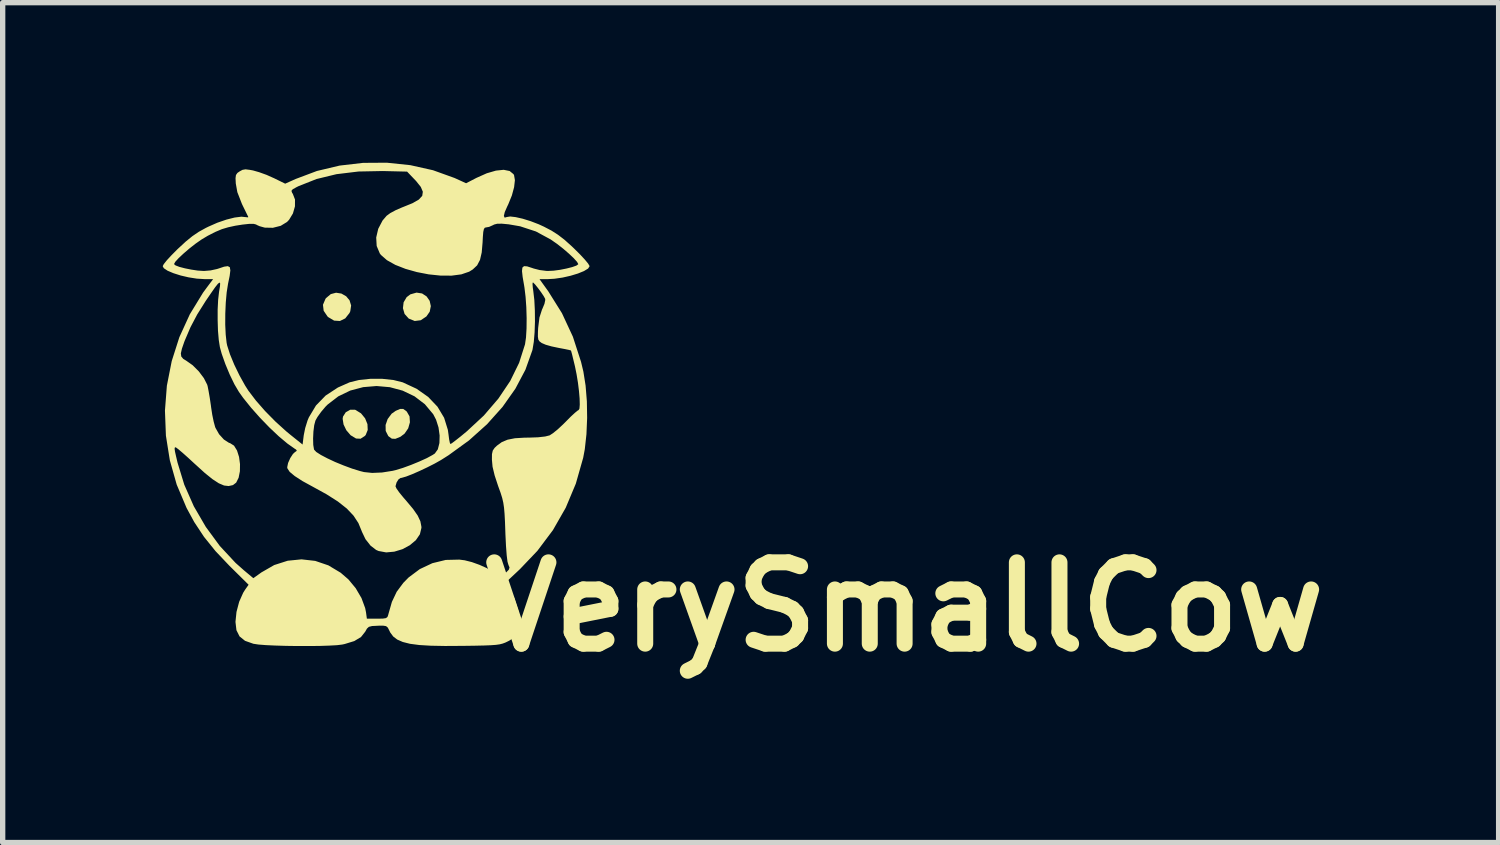
<source format=kicad_pcb>
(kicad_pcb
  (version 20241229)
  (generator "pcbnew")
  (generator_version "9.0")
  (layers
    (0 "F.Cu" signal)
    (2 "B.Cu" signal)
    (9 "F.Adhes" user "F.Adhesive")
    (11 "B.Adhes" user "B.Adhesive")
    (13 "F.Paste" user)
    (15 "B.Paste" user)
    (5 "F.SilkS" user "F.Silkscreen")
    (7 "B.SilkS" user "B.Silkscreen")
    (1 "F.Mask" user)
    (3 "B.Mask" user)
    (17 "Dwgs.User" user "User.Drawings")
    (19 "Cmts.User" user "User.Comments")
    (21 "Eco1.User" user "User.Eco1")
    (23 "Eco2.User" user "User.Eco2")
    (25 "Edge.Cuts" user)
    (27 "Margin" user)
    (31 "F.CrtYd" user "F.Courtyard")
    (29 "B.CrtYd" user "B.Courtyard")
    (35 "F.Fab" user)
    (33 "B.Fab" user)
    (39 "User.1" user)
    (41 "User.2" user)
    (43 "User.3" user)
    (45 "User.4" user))
  (footprint "VerySmallCow"
    (layer "F.Cu")
    (at 4.001 4.516)
    (property "Reference" "VerySmallCow" (at 9.906 3.81 0) (layer "F.SilkS") (effects (font (size 1.524 1.524) (thickness 0.3))))
    (attr through_hole)
    (fp_poly (pts (xy 0.861 -2.065) (xy 0.946 -2.009) (xy 1.003 -1.927) (xy 1.025 -1.828) (xy 1.004 -1.723) (xy 0.942 -1.634) (xy 0.836 -1.563) (xy 0.723 -1.549) (xy 0.612 -1.594) (xy 0.611 -1.594) (xy 0.533 -1.681) (xy 0.502 -1.789) (xy 0.515 -1.9) (xy 0.572 -1.996) (xy 0.641 -2.048) (xy 0.757 -2.081)) (stroke (width 0) (type solid)) (fill yes) (layer "F.SilkS"))
    (fp_poly (pts (xy -0.651 -2.063) (xy -0.563 -2.013) (xy -0.499 -1.937) (xy -0.469 -1.84) (xy -0.485 -1.731) (xy -0.499 -1.7) (xy -0.579 -1.598) (xy -0.679 -1.549) (xy -0.788 -1.556) (xy -0.896 -1.62) (xy -0.912 -1.634) (xy -0.984 -1.741) (xy -0.997 -1.853) (xy -0.95 -1.964) (xy -0.939 -1.979) (xy -0.85 -2.053) (xy -0.751 -2.079)) (stroke (width 0) (type solid)) (fill yes) (layer "F.SilkS"))
    (fp_poly (pts (xy -0.388 0.118) (xy -0.284 0.182) (xy -0.207 0.276) (xy -0.163 0.385) (xy -0.158 0.494) (xy -0.196 0.588) (xy -0.212 0.606) (xy -0.292 0.658) (xy -0.377 0.654) (xy -0.476 0.594) (xy -0.481 0.59) (xy -0.559 0.499) (xy -0.611 0.391) (xy -0.628 0.285) (xy -0.621 0.242) (xy -0.569 0.161) (xy -0.487 0.115) (xy -0.397 0.115)) (stroke (width 0) (type solid)) (fill yes) (layer "F.SilkS"))
    (fp_poly (pts (xy 0.507 0.099) (xy 0.562 0.138) (xy 0.576 0.152) (xy 0.626 0.24) (xy 0.633 0.35) (xy 0.601 0.463) (xy 0.534 0.561) (xy 0.456 0.621) (xy 0.361 0.66) (xy 0.294 0.657) (xy 0.233 0.613) (xy 0.226 0.605) (xy 0.179 0.512) (xy 0.177 0.4) (xy 0.216 0.288) (xy 0.29 0.189) (xy 0.367 0.135) (xy 0.45 0.099)) (stroke (width 0) (type solid)) (fill yes) (layer "F.SilkS"))
    (fp_poly (pts (xy 0.641 -4.47) (xy 1.066 -4.375) (xy 1.466 -4.231) (xy 1.5 -4.216) (xy 1.686 -4.131) (xy 1.881 -4.232) (xy 2.074 -4.318) (xy 2.246 -4.368) (xy 2.391 -4.383) (xy 2.503 -4.36) (xy 2.574 -4.302) (xy 2.585 -4.283) (xy 2.601 -4.189) (xy 2.586 -4.057) (xy 2.544 -3.902) (xy 2.477 -3.737) (xy 2.458 -3.698) (xy 2.411 -3.591) (xy 2.394 -3.519) (xy 2.409 -3.486) (xy 2.451 -3.498) (xy 2.512 -3.508) (xy 2.615 -3.496) (xy 2.748 -3.466) (xy 2.896 -3.42) (xy 3.047 -3.362) (xy 3.145 -3.317) (xy 3.287 -3.243) (xy 3.409 -3.165) (xy 3.53 -3.072) (xy 3.666 -2.95) (xy 3.713 -2.905) (xy 3.821 -2.798) (xy 3.91 -2.702) (xy 3.973 -2.626) (xy 4 -2.58) (xy 4.001 -2.576) (xy 3.973 -2.532) (xy 3.896 -2.485) (xy 3.783 -2.439) (xy 3.645 -2.397) (xy 3.495 -2.363) (xy 3.343 -2.341) (xy 3.221 -2.334) (xy 3.062 -2.334) (xy 3.226 -2.106) (xy 3.483 -1.695) (xy 3.688 -1.254) (xy 3.841 -0.782) (xy 3.885 -0.598) (xy 3.926 -0.338) (xy 3.95 -0.042) (xy 3.955 0.268) (xy 3.942 0.574) (xy 3.911 0.855) (xy 3.881 1.015) (xy 3.743 1.5) (xy 3.554 1.951) (xy 3.314 2.371) (xy 3.022 2.76) (xy 2.695 3.103) (xy 2.419 3.362) (xy 2.482 3.451) (xy 2.591 3.647) (xy 2.663 3.872) (xy 2.686 4.031) (xy 2.689 4.181) (xy 2.664 4.289) (xy 2.605 4.37) (xy 2.504 4.438) (xy 2.47 4.456) (xy 2.42 4.48) (xy 2.371 4.498) (xy 2.316 4.512) (xy 2.244 4.522) (xy 2.149 4.529) (xy 2.019 4.534) (xy 1.847 4.538) (xy 1.624 4.541) (xy 1.612 4.541) (xy 1.291 4.543) (xy 1.025 4.538) (xy 0.808 4.525) (xy 0.634 4.502) (xy 0.499 4.468) (xy 0.396 4.423) (xy 0.32 4.365) (xy 0.266 4.293) (xy 0.246 4.253) (xy 0.219 4.199) (xy 0.186 4.171) (xy 0.13 4.162) (xy 0.033 4.163) (xy 0.025 4.164) (xy -0.076 4.169) (xy -0.136 4.184) (xy -0.172 4.217) (xy -0.205 4.275) (xy -0.284 4.375) (xy -0.41 4.451) (xy -0.589 4.506) (xy -0.635 4.516) (xy -0.733 4.528) (xy -0.878 4.536) (xy -1.058 4.542) (xy -1.261 4.544) (xy -1.475 4.544) (xy -1.688 4.541) (xy -1.889 4.535) (xy -2.065 4.527) (xy -2.206 4.516) (xy -2.298 4.502) (xy -2.303 4.501) (xy -2.458 4.446) (xy -2.561 4.363) (xy -2.619 4.247) (xy -2.637 4.091) (xy -2.618 3.905) (xy -2.568 3.715) (xy -2.493 3.546) (xy -2.456 3.487) (xy -2.391 3.395) (xy -2.751 3.039) (xy -3.011 2.765) (xy -3.227 2.497) (xy -3.41 2.22) (xy -3.554 1.955) (xy -3.739 1.517) (xy -3.867 1.064) (xy -3.902 0.846) (xy -3.778 0.846) (xy -3.771 0.898) (xy -3.751 0.987) (xy -3.723 1.106) (xy -3.597 1.519) (xy -3.418 1.924) (xy -3.193 2.311) (xy -2.93 2.669) (xy -2.635 2.986) (xy -2.478 3.125) (xy -2.302 3.272) (xy -2.151 3.164) (xy -1.911 3.026) (xy -1.658 2.945) (xy -1.399 2.919) (xy -1.142 2.948) (xy -0.895 3.032) (xy -0.665 3.17) (xy -0.521 3.294) (xy -0.384 3.459) (xy -0.275 3.645) (xy -0.206 3.832) (xy -0.19 3.912) (xy -0.174 4.031) (xy 0.019 4.031) (xy 0.123 4.03) (xy 0.183 4.021) (xy 0.212 3.999) (xy 0.227 3.958) (xy 0.229 3.948) (xy 0.295 3.717) (xy 0.385 3.527) (xy 0.509 3.36) (xy 0.608 3.259) (xy 0.818 3.102) (xy 1.054 2.991) (xy 1.305 2.93) (xy 1.56 2.924) (xy 1.661 2.937) (xy 1.795 2.971) (xy 1.937 3.022) (xy 2.071 3.082) (xy 2.179 3.144) (xy 2.241 3.195) (xy 2.29 3.235) (xy 2.344 3.231) (xy 2.418 3.18) (xy 2.434 3.167) (xy 2.487 3.113) (xy 2.5 3.072) (xy 2.48 3.024) (xy 2.462 2.962) (xy 2.447 2.842) (xy 2.434 2.668) (xy 2.423 2.443) (xy 2.422 2.41) (xy 2.415 2.214) (xy 2.407 2.065) (xy 2.397 1.95) (xy 2.383 1.856) (xy 2.363 1.769) (xy 2.334 1.676) (xy 2.294 1.565) (xy 2.287 1.546) (xy 2.221 1.345) (xy 2.182 1.183) (xy 2.17 1.051) (xy 2.171 0.947) (xy 2.186 0.88) (xy 2.221 0.829) (xy 2.264 0.788) (xy 2.356 0.721) (xy 2.464 0.676) (xy 2.601 0.649) (xy 2.78 0.638) (xy 2.873 0.637) (xy 3.037 0.631) (xy 3.169 0.616) (xy 3.252 0.595) (xy 3.315 0.554) (xy 3.405 0.481) (xy 3.505 0.388) (xy 3.556 0.337) (xy 3.647 0.245) (xy 3.725 0.173) (xy 3.779 0.129) (xy 3.795 0.121) (xy 3.811 0.093) (xy 3.817 0.017) (xy 3.814 -0.097) (xy 3.802 -0.236) (xy 3.783 -0.391) (xy 3.757 -0.55) (xy 3.727 -0.698) (xy 3.697 -0.822) (xy 3.673 -0.921) (xy 3.656 -0.983) (xy 3.651 -0.996) (xy 3.618 -1.006) (xy 3.541 -1.022) (xy 3.435 -1.042) (xy 3.41 -1.047) (xy 3.287 -1.073) (xy 3.178 -1.104) (xy 3.106 -1.135) (xy 3.101 -1.138) (xy 3.062 -1.167) (xy 3.04 -1.201) (xy 3.032 -1.256) (xy 3.033 -1.346) (xy 3.037 -1.42) (xy 3.061 -1.614) (xy 3.109 -1.763) (xy 3.119 -1.784) (xy 3.155 -1.871) (xy 3.17 -1.942) (xy 3.168 -1.965) (xy 3.14 -2.016) (xy 3.091 -2.089) (xy 3.034 -2.166) (xy 2.981 -2.232) (xy 2.944 -2.269) (xy 2.937 -2.272) (xy 2.931 -2.246) (xy 2.936 -2.177) (xy 2.945 -2.114) (xy 2.965 -1.944) (xy 2.975 -1.746) (xy 2.977 -1.537) (xy 2.97 -1.335) (xy 2.955 -1.156) (xy 2.932 -1.017) (xy 2.928 -1) (xy 2.798 -0.635) (xy 2.61 -0.28) (xy 2.369 0.062) (xy 2.078 0.387) (xy 1.74 0.69) (xy 1.358 0.967) (xy 1.216 1.057) (xy 1.097 1.124) (xy 0.959 1.194) (xy 0.815 1.262) (xy 0.678 1.322) (xy 0.562 1.367) (xy 0.479 1.391) (xy 0.457 1.394) (xy 0.419 1.42) (xy 0.383 1.478) (xy 0.364 1.544) (xy 0.364 1.554) (xy 0.383 1.594) (xy 0.434 1.666) (xy 0.51 1.759) (xy 0.564 1.821) (xy 0.692 1.974) (xy 0.779 2.099) (xy 0.829 2.206) (xy 0.848 2.305) (xy 0.849 2.328) (xy 0.82 2.449) (xy 0.744 2.56) (xy 0.63 2.655) (xy 0.492 2.729) (xy 0.34 2.775) (xy 0.188 2.789) (xy 0.047 2.763) (xy 0.000062 2.743) (xy -0.105 2.662) (xy -0.2 2.541) (xy -0.267 2.401) (xy -0.27 2.392) (xy -0.333 2.239) (xy -0.425 2.099) (xy -0.55 1.967) (xy -0.717 1.835) (xy -0.929 1.7) (xy -1.176 1.564) (xy -1.379 1.453) (xy -1.526 1.358) (xy -1.621 1.279) (xy -1.664 1.213) (xy -1.667 1.192) (xy -1.651 1.113) (xy -1.61 1.021) (xy -1.56 0.944) (xy -1.526 0.912) (xy -1.487 0.884) (xy -1.501 0.861) (xy -1.524 0.847) (xy -1.663 0.749) (xy -1.825 0.613) (xy -2 0.448) (xy -2.176 0.266) (xy -2.344 0.077) (xy -2.492 -0.107) (xy -2.572 -0.219) (xy -2.657 -0.363) (xy -2.745 -0.545) (xy -2.827 -0.742) (xy -2.895 -0.934) (xy -2.929 -1.058) (xy -2.95 -1.192) (xy -2.965 -1.367) (xy -2.971 -1.564) (xy -2.971 -1.763) (xy -2.962 -1.946) (xy -2.945 -2.094) (xy -2.943 -2.107) (xy -2.928 -2.197) (xy -2.924 -2.253) (xy -2.935 -2.27) (xy -2.966 -2.247) (xy -3.019 -2.18) (xy -3.098 -2.067) (xy -3.195 -1.925) (xy -3.354 -1.672) (xy -3.48 -1.433) (xy -3.587 -1.183) (xy -3.596 -1.16) (xy -3.641 -1.03) (xy -3.661 -0.942) (xy -3.653 -0.883) (xy -3.616 -0.839) (xy -3.559 -0.804) (xy -3.44 -0.72) (xy -3.325 -0.605) (xy -3.229 -0.477) (xy -3.167 -0.355) (xy -3.159 -0.327) (xy -3.141 -0.236) (xy -3.119 -0.108) (xy -3.098 0.033) (xy -3.093 0.073) (xy -3.072 0.21) (xy -3.046 0.336) (xy -3.02 0.432) (xy -3.013 0.452) (xy -2.944 0.574) (xy -2.854 0.673) (xy -2.76 0.734) (xy -2.738 0.741) (xy -2.664 0.788) (xy -2.608 0.879) (xy -2.57 0.999) (xy -2.552 1.134) (xy -2.554 1.268) (xy -2.578 1.389) (xy -2.624 1.481) (xy -2.684 1.527) (xy -2.765 1.545) (xy -2.851 1.535) (xy -2.95 1.493) (xy -3.068 1.416) (xy -3.212 1.3) (xy -3.387 1.141) (xy -3.407 1.123) (xy -3.523 1.016) (xy -3.625 0.925) (xy -3.704 0.858) (xy -3.752 0.822) (xy -3.76 0.818) (xy -3.774 0.824) (xy -3.778 0.846) (xy -3.902 0.846) (xy -3.941 0.6) (xy -3.959 0.131) (xy -3.923 -0.336) (xy -3.832 -0.797) (xy -3.689 -1.245) (xy -3.493 -1.674) (xy -3.245 -2.08) (xy -3.164 -2.19) (xy -3.056 -2.334) (xy -3.218 -2.334) (xy -3.362 -2.343) (xy -3.515 -2.367) (xy -3.665 -2.402) (xy -3.8 -2.445) (xy -3.909 -2.491) (xy -3.98 -2.538) (xy -4.001 -2.576) (xy -3.981 -2.615) (xy -3.789 -2.615) (xy -3.761 -2.591) (xy -3.688 -2.563) (xy -3.584 -2.536) (xy -3.464 -2.512) (xy -3.344 -2.494) (xy -3.236 -2.487) (xy -3.222 -2.487) (xy -3.103 -2.497) (xy -2.984 -2.523) (xy -2.955 -2.532) (xy -2.85 -2.567) (xy -2.781 -2.577) (xy -2.743 -2.557) (xy -2.733 -2.498) (xy -2.746 -2.394) (xy -2.777 -2.243) (xy -2.802 -2.084) (xy -2.819 -1.893) (xy -2.828 -1.686) (xy -2.829 -1.48) (xy -2.82 -1.292) (xy -2.803 -1.14) (xy -2.793 -1.091) (xy -2.74 -0.925) (xy -2.66 -0.731) (xy -2.562 -0.529) (xy -2.457 -0.34) (xy -2.395 -0.243) (xy -2.256 -0.06) (xy -2.082 0.139) (xy -1.887 0.337) (xy -1.686 0.519) (xy -1.606 0.585) (xy -1.379 0.767) (xy -1.365 0.655) (xy -1.182 0.655) (xy -1.179 0.774) (xy -1.165 0.858) (xy -1.163 0.863) (xy -1.123 0.906) (xy -1.036 0.962) (xy -0.914 1.026) (xy -0.769 1.094) (xy -0.61 1.159) (xy -0.451 1.218) (xy -0.302 1.264) (xy -0.227 1.283) (xy -0.075 1.299) (xy 0.111 1.291) (xy 0.307 1.26) (xy 0.366 1.246) (xy 0.501 1.205) (xy 0.654 1.149) (xy 0.81 1.085) (xy 0.951 1.021) (xy 1.059 0.962) (xy 1.1 0.935) (xy 1.156 0.857) (xy 1.186 0.739) (xy 1.19 0.598) (xy 1.169 0.446) (xy 1.123 0.301) (xy 1.07 0.199) (xy 0.913 0.011) (xy 0.719 -0.137) (xy 0.498 -0.243) (xy 0.257 -0.308) (xy 0.008 -0.33) (xy -0.243 -0.309) (xy -0.485 -0.245) (xy -0.71 -0.136) (xy -0.909 0.017) (xy -0.95 0.058) (xy -1.031 0.154) (xy -1.1 0.25) (xy -1.138 0.318) (xy -1.161 0.404) (xy -1.176 0.524) (xy -1.182 0.655) (xy -1.365 0.655) (xy -1.357 0.592) (xy -1.33 0.458) (xy -1.286 0.316) (xy -1.261 0.257) (xy -1.128 0.035) (xy -0.947 -0.151) (xy -0.717 -0.302) (xy -0.498 -0.399) (xy -0.32 -0.443) (xy -0.108 -0.465) (xy 0.115 -0.465) (xy 0.326 -0.442) (xy 0.498 -0.399) (xy 0.757 -0.279) (xy 0.976 -0.125) (xy 1.15 0.058) (xy 1.274 0.265) (xy 1.344 0.491) (xy 1.356 0.575) (xy 1.368 0.671) (xy 1.382 0.737) (xy 1.394 0.758) (xy 1.424 0.739) (xy 1.49 0.689) (xy 1.584 0.615) (xy 1.694 0.524) (xy 1.7 0.519) (xy 2.019 0.223) (xy 2.291 -0.094) (xy 2.513 -0.424) (xy 2.68 -0.765) (xy 2.79 -1.11) (xy 2.791 -1.115) (xy 2.809 -1.239) (xy 2.819 -1.406) (xy 2.821 -1.601) (xy 2.815 -1.805) (xy 2.801 -2.002) (xy 2.78 -2.176) (xy 2.774 -2.213) (xy 2.746 -2.375) (xy 2.734 -2.485) (xy 2.741 -2.55) (xy 2.772 -2.577) (xy 2.83 -2.573) (xy 2.92 -2.544) (xy 2.955 -2.532) (xy 3.065 -2.504) (xy 3.189 -2.488) (xy 3.222 -2.487) (xy 3.326 -2.492) (xy 3.446 -2.508) (xy 3.567 -2.532) (xy 3.674 -2.559) (xy 3.753 -2.587) (xy 3.788 -2.612) (xy 3.789 -2.615) (xy 3.766 -2.657) (xy 3.704 -2.726) (xy 3.614 -2.811) (xy 3.506 -2.904) (xy 3.39 -2.995) (xy 3.276 -3.074) (xy 3.274 -3.076) (xy 2.995 -3.227) (xy 2.699 -3.324) (xy 2.485 -3.361) (xy 2.356 -3.373) (xy 2.269 -3.372) (xy 2.211 -3.357) (xy 2.191 -3.346) (xy 2.117 -3.313) (xy 2.066 -3.304) (xy 2.038 -3.298) (xy 2.02 -3.273) (xy 2.008 -3.219) (xy 2 -3.122) (xy 1.995 -3.022) (xy 1.979 -2.834) (xy 1.947 -2.695) (xy 1.893 -2.592) (xy 1.811 -2.515) (xy 1.743 -2.473) (xy 1.597 -2.423) (xy 1.414 -2.399) (xy 1.206 -2.4) (xy 0.985 -2.423) (xy 0.763 -2.466) (xy 0.55 -2.526) (xy 0.359 -2.601) (xy 0.202 -2.689) (xy 0.09 -2.787) (xy 0.068 -2.816) (xy 0.01 -2.955) (xy 0.001 -3.114) (xy 0.039 -3.277) (xy 0.12 -3.432) (xy 0.196 -3.521) (xy 0.264 -3.571) (xy 0.368 -3.627) (xy 0.488 -3.679) (xy 0.504 -3.685) (xy 0.681 -3.757) (xy 0.8 -3.825) (xy 0.864 -3.895) (xy 0.875 -3.972) (xy 0.837 -4.062) (xy 0.75 -4.171) (xy 0.73 -4.192) (xy 0.58 -4.349) (xy 0.123 -4.36) (xy -0.331 -4.351) (xy -0.744 -4.301) (xy -1.118 -4.21) (xy -1.456 -4.076) (xy -1.494 -4.057) (xy -1.564 -4.018) (xy -1.588 -3.989) (xy -1.576 -3.953) (xy -1.562 -3.932) (xy -1.521 -3.826) (xy -1.522 -3.698) (xy -1.56 -3.565) (xy -1.632 -3.446) (xy -1.671 -3.405) (xy -1.789 -3.333) (xy -1.936 -3.296) (xy -2.085 -3.299) (xy -2.103 -3.303) (xy -2.185 -3.326) (xy -2.241 -3.351) (xy -2.247 -3.357) (xy -2.294 -3.369) (xy -2.385 -3.369) (xy -2.505 -3.356) (xy -2.639 -3.335) (xy -2.772 -3.306) (xy -2.89 -3.271) (xy -2.895 -3.269) (xy -3.016 -3.218) (xy -3.155 -3.147) (xy -3.274 -3.076) (xy -3.387 -2.997) (xy -3.503 -2.906) (xy -3.611 -2.813) (xy -3.702 -2.728) (xy -3.765 -2.659) (xy -3.789 -2.616) (xy -3.789 -2.615) (xy -3.981 -2.615) (xy -3.98 -2.616) (xy -3.923 -2.688) (xy -3.837 -2.781) (xy -3.732 -2.887) (xy -3.713 -2.905) (xy -3.569 -3.038) (xy -3.445 -3.139) (xy -3.326 -3.22) (xy -3.192 -3.294) (xy -3.145 -3.317) (xy -2.977 -3.391) (xy -2.808 -3.449) (xy -2.654 -3.488) (xy -2.526 -3.504) (xy -2.437 -3.495) (xy -2.434 -3.495) (xy -2.4 -3.491) (xy -2.399 -3.504) (xy -2.418 -3.542) (xy -2.456 -3.62) (xy -2.506 -3.722) (xy -2.516 -3.743) (xy -2.602 -3.964) (xy -2.631 -4.126) (xy -2.636 -4.226) (xy -2.628 -4.285) (xy -2.601 -4.324) (xy -2.561 -4.352) (xy -2.506 -4.382) (xy -2.449 -4.392) (xy -2.368 -4.382) (xy -2.308 -4.371) (xy -2.193 -4.338) (xy -2.054 -4.288) (xy -1.922 -4.229) (xy -1.921 -4.229) (xy -1.705 -4.123) (xy -1.509 -4.211) (xy -1.11 -4.361) (xy -0.685 -4.462) (xy -0.245 -4.513) (xy 0.2 -4.516)) (stroke (width 0) (type solid)) (fill yes) (layer "F.SilkS")))
  (gr_rect
    (start -3 -3)
    (end 25.042 12.744)
    (stroke (width 0.1) (type default))
    (fill no)
    (layer "Edge.Cuts")))
</source>
